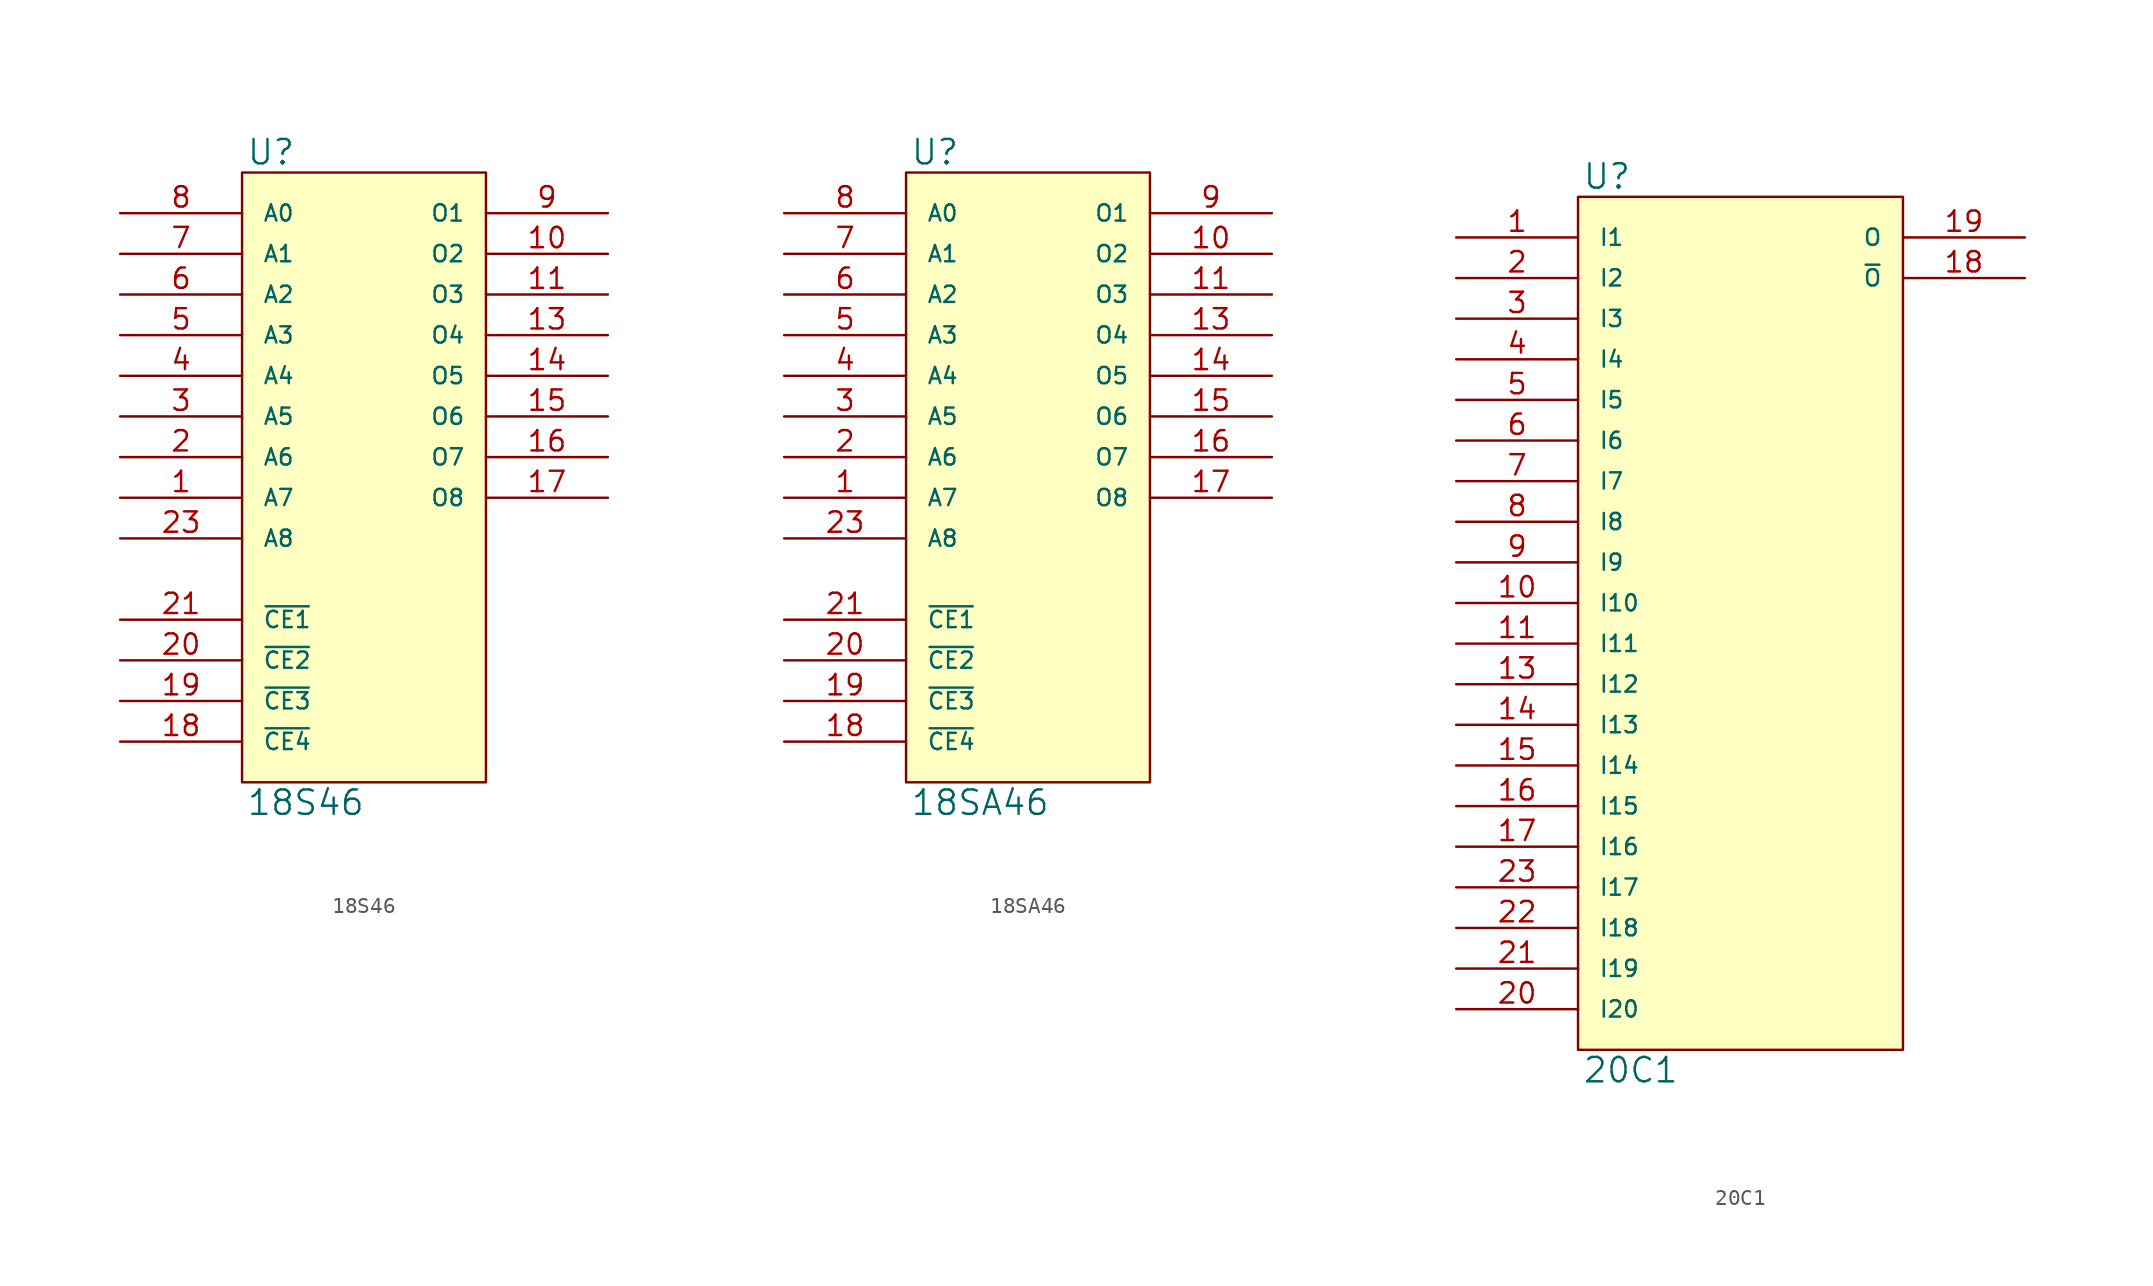
<source format=kicad_sym>
(kicad_symbol_lib
  (version 20231120)
  (generator "kicad_symbol_editor")
  (generator_version "8.0")
  (symbol "18S46"
    (pin_names
      (offset 1.27))
    (property "Reference" "U"
      (at 0.254 0.381 0)
      (effects (font (size 1.524 1.524)) (justify left bottom)))
    (property "Value" "18S46"
      (at 0.254 -38.481 0)
      (effects (font (size 1.524 1.524)) (justify left top)))
    (symbol "18S46_0_1"
      (rectangle (start 0 0) (end 15.24 -38.1) (stroke (width 0) (type solid)) (fill (type background))))
    (symbol "18S46_1_1"
      (pin input line (at -7.62 -20.32 0) (length 7.62) (name "A7" (effects (font (size 1.016 1.016)))) (number "1" (effects (font (size 1.27 1.27)))))
      (pin tri_state line (at 22.86 -5.08 180) (length 7.62) (name "O2" (effects (font (size 1.016 1.016)))) (number "10" (effects (font (size 1.27 1.27)))))
      (pin tri_state line (at 22.86 -7.62 180) (length 7.62) (name "O3" (effects (font (size 1.016 1.016)))) (number "11" (effects (font (size 1.27 1.27)))))
      (pin power_in line (at 0 -38.1 90) (length 0) hide (name "GND" (effects (font (size 1.016 1.016)))) (number "12" (effects (font (size 1.27 1.27)))))
      (pin tri_state line (at 22.86 -10.16 180) (length 7.62) (name "O4" (effects (font (size 1.016 1.016)))) (number "13" (effects (font (size 1.27 1.27)))))
      (pin tri_state line (at 22.86 -12.7 180) (length 7.62) (name "O5" (effects (font (size 1.016 1.016)))) (number "14" (effects (font (size 1.27 1.27)))))
      (pin tri_state line (at 22.86 -15.24 180) (length 7.62) (name "O6" (effects (font (size 1.016 1.016)))) (number "15" (effects (font (size 1.27 1.27)))))
      (pin tri_state line (at 22.86 -17.78 180) (length 7.62) (name "O7" (effects (font (size 1.016 1.016)))) (number "16" (effects (font (size 1.27 1.27)))))
      (pin tri_state line (at 22.86 -20.32 180) (length 7.62) (name "O8" (effects (font (size 1.016 1.016)))) (number "17" (effects (font (size 1.27 1.27)))))
      (pin input line (at -7.62 -35.56 0) (length 7.62) (name "~{CE4}" (effects (font (size 1.016 1.016)))) (number "18" (effects (font (size 1.27 1.27)))))
      (pin input line (at -7.62 -33.02 0) (length 7.62) (name "~{CE3}" (effects (font (size 1.016 1.016)))) (number "19" (effects (font (size 1.27 1.27)))))
      (pin input line (at -7.62 -17.78 0) (length 7.62) (name "A6" (effects (font (size 1.016 1.016)))) (number "2" (effects (font (size 1.27 1.27)))))
      (pin input line (at -7.62 -30.48 0) (length 7.62) (name "~{CE2}" (effects (font (size 1.016 1.016)))) (number "20" (effects (font (size 1.27 1.27)))))
      (pin input line (at -7.62 -27.94 0) (length 7.62) (name "~{CE1}" (effects (font (size 1.016 1.016)))) (number "21" (effects (font (size 1.27 1.27)))))
      (pin input line (at -7.62 -22.86 0) (length 7.62) (name "A8" (effects (font (size 1.016 1.016)))) (number "23" (effects (font (size 1.27 1.27)))))
      (pin power_in line (at 0 0 270) (length 0) hide (name "VCC" (effects (font (size 1.016 1.016)))) (number "24" (effects (font (size 1.27 1.27)))))
      (pin input line (at -7.62 -15.24 0) (length 7.62) (name "A5" (effects (font (size 1.016 1.016)))) (number "3" (effects (font (size 1.27 1.27)))))
      (pin input line (at -7.62 -12.7 0) (length 7.62) (name "A4" (effects (font (size 1.016 1.016)))) (number "4" (effects (font (size 1.27 1.27)))))
      (pin input line (at -7.62 -10.16 0) (length 7.62) (name "A3" (effects (font (size 1.016 1.016)))) (number "5" (effects (font (size 1.27 1.27)))))
      (pin input line (at -7.62 -7.62 0) (length 7.62) (name "A2" (effects (font (size 1.016 1.016)))) (number "6" (effects (font (size 1.27 1.27)))))
      (pin input line (at -7.62 -5.08 0) (length 7.62) (name "A1" (effects (font (size 1.016 1.016)))) (number "7" (effects (font (size 1.27 1.27)))))
      (pin input line (at -7.62 -2.54 0) (length 7.62) (name "A0" (effects (font (size 1.016 1.016)))) (number "8" (effects (font (size 1.27 1.27)))))
      (pin tri_state line (at 22.86 -2.54 180) (length 7.62) (name "O1" (effects (font (size 1.016 1.016)))) (number "9" (effects (font (size 1.27 1.27)))))))
  (symbol "18SA46"
    (pin_names
      (offset 1.27))
    (property "Reference" "U"
      (at 0.254 0.381 0)
      (effects (font (size 1.524 1.524)) (justify left bottom)))
    (property "Value" "18SA46"
      (at 0.254 -38.481 0)
      (effects (font (size 1.524 1.524)) (justify left top)))
    (symbol "18SA46_0_1"
      (rectangle (start 0 0) (end 15.24 -38.1) (stroke (width 0) (type solid)) (fill (type background))))
    (symbol "18SA46_1_1"
      (pin input line (at -7.62 -20.32 0) (length 7.62) (name "A7" (effects (font (size 1.016 1.016)))) (number "1" (effects (font (size 1.27 1.27)))))
      (pin open_collector line (at 22.86 -5.08 180) (length 7.62) (name "O2" (effects (font (size 1.016 1.016)))) (number "10" (effects (font (size 1.27 1.27)))))
      (pin open_collector line (at 22.86 -7.62 180) (length 7.62) (name "O3" (effects (font (size 1.016 1.016)))) (number "11" (effects (font (size 1.27 1.27)))))
      (pin power_in line (at 0 -38.1 90) (length 0) hide (name "GND" (effects (font (size 1.016 1.016)))) (number "12" (effects (font (size 1.27 1.27)))))
      (pin open_collector line (at 22.86 -10.16 180) (length 7.62) (name "O4" (effects (font (size 1.016 1.016)))) (number "13" (effects (font (size 1.27 1.27)))))
      (pin open_collector line (at 22.86 -12.7 180) (length 7.62) (name "O5" (effects (font (size 1.016 1.016)))) (number "14" (effects (font (size 1.27 1.27)))))
      (pin open_collector line (at 22.86 -15.24 180) (length 7.62) (name "O6" (effects (font (size 1.016 1.016)))) (number "15" (effects (font (size 1.27 1.27)))))
      (pin open_collector line (at 22.86 -17.78 180) (length 7.62) (name "O7" (effects (font (size 1.016 1.016)))) (number "16" (effects (font (size 1.27 1.27)))))
      (pin open_collector line (at 22.86 -20.32 180) (length 7.62) (name "O8" (effects (font (size 1.016 1.016)))) (number "17" (effects (font (size 1.27 1.27)))))
      (pin input line (at -7.62 -35.56 0) (length 7.62) (name "~{CE4}" (effects (font (size 1.016 1.016)))) (number "18" (effects (font (size 1.27 1.27)))))
      (pin input line (at -7.62 -33.02 0) (length 7.62) (name "~{CE3}" (effects (font (size 1.016 1.016)))) (number "19" (effects (font (size 1.27 1.27)))))
      (pin input line (at -7.62 -17.78 0) (length 7.62) (name "A6" (effects (font (size 1.016 1.016)))) (number "2" (effects (font (size 1.27 1.27)))))
      (pin input line (at -7.62 -30.48 0) (length 7.62) (name "~{CE2}" (effects (font (size 1.016 1.016)))) (number "20" (effects (font (size 1.27 1.27)))))
      (pin input line (at -7.62 -27.94 0) (length 7.62) (name "~{CE1}" (effects (font (size 1.016 1.016)))) (number "21" (effects (font (size 1.27 1.27)))))
      (pin input line (at -7.62 -22.86 0) (length 7.62) (name "A8" (effects (font (size 1.016 1.016)))) (number "23" (effects (font (size 1.27 1.27)))))
      (pin power_in line (at 0 0 270) (length 0) hide (name "VCC" (effects (font (size 1.016 1.016)))) (number "24" (effects (font (size 1.27 1.27)))))
      (pin input line (at -7.62 -15.24 0) (length 7.62) (name "A5" (effects (font (size 1.016 1.016)))) (number "3" (effects (font (size 1.27 1.27)))))
      (pin input line (at -7.62 -12.7 0) (length 7.62) (name "A4" (effects (font (size 1.016 1.016)))) (number "4" (effects (font (size 1.27 1.27)))))
      (pin input line (at -7.62 -10.16 0) (length 7.62) (name "A3" (effects (font (size 1.016 1.016)))) (number "5" (effects (font (size 1.27 1.27)))))
      (pin input line (at -7.62 -7.62 0) (length 7.62) (name "A2" (effects (font (size 1.016 1.016)))) (number "6" (effects (font (size 1.27 1.27)))))
      (pin input line (at -7.62 -5.08 0) (length 7.62) (name "A1" (effects (font (size 1.016 1.016)))) (number "7" (effects (font (size 1.27 1.27)))))
      (pin input line (at -7.62 -2.54 0) (length 7.62) (name "A0" (effects (font (size 1.016 1.016)))) (number "8" (effects (font (size 1.27 1.27)))))
      (pin open_collector line (at 22.86 -2.54 180) (length 7.62) (name "O1" (effects (font (size 1.016 1.016)))) (number "9" (effects (font (size 1.27 1.27)))))))
  (symbol "20C1"
    (pin_names
      (offset 1.27))
    (property "Reference" "U"
      (at 0.254 0.381 0)
      (effects (font (size 1.524 1.524)) (justify left bottom)))
    (property "Value" "20C1"
      (at 0.254 -53.721 0)
      (effects (font (size 1.524 1.524)) (justify left top)))
    (symbol "20C1_0_1"
      (rectangle (start 0 0) (end 20.32 -53.34) (stroke (width 0) (type solid)) (fill (type background))))
    (symbol "20C1_1_1"
      (pin input line (at -7.62 -2.54 0) (length 7.62) (name "I1" (effects (font (size 1.016 1.016)))) (number "1" (effects (font (size 1.27 1.27)))))
      (pin input line (at -7.62 -25.4 0) (length 7.62) (name "I10" (effects (font (size 1.016 1.016)))) (number "10" (effects (font (size 1.27 1.27)))))
      (pin input line (at -7.62 -27.94 0) (length 7.62) (name "I11" (effects (font (size 1.016 1.016)))) (number "11" (effects (font (size 1.27 1.27)))))
      (pin power_in line (at 0 -53.34 90) (length 0) hide (name "GND" (effects (font (size 1.016 1.016)))) (number "12" (effects (font (size 1.27 1.27)))))
      (pin input line (at -7.62 -30.48 0) (length 7.62) (name "I12" (effects (font (size 1.016 1.016)))) (number "13" (effects (font (size 1.27 1.27)))))
      (pin input line (at -7.62 -33.02 0) (length 7.62) (name "I13" (effects (font (size 1.016 1.016)))) (number "14" (effects (font (size 1.27 1.27)))))
      (pin input line (at -7.62 -35.56 0) (length 7.62) (name "I14" (effects (font (size 1.016 1.016)))) (number "15" (effects (font (size 1.27 1.27)))))
      (pin input line (at -7.62 -38.1 0) (length 7.62) (name "I15" (effects (font (size 1.016 1.016)))) (number "16" (effects (font (size 1.27 1.27)))))
      (pin input line (at -7.62 -40.64 0) (length 7.62) (name "I16" (effects (font (size 1.016 1.016)))) (number "17" (effects (font (size 1.27 1.27)))))
      (pin output line (at 27.94 -5.08 180) (length 7.62) (name "~{O}" (effects (font (size 1.016 1.016)))) (number "18" (effects (font (size 1.27 1.27)))))
      (pin output line (at 27.94 -2.54 180) (length 7.62) (name "O" (effects (font (size 1.016 1.016)))) (number "19" (effects (font (size 1.27 1.27)))))
      (pin input line (at -7.62 -5.08 0) (length 7.62) (name "I2" (effects (font (size 1.016 1.016)))) (number "2" (effects (font (size 1.27 1.27)))))
      (pin input line (at -7.62 -50.8 0) (length 7.62) (name "I20" (effects (font (size 1.016 1.016)))) (number "20" (effects (font (size 1.27 1.27)))))
      (pin input line (at -7.62 -48.26 0) (length 7.62) (name "I19" (effects (font (size 1.016 1.016)))) (number "21" (effects (font (size 1.27 1.27)))))
      (pin input line (at -7.62 -45.72 0) (length 7.62) (name "I18" (effects (font (size 1.016 1.016)))) (number "22" (effects (font (size 1.27 1.27)))))
      (pin input line (at -7.62 -43.18 0) (length 7.62) (name "I17" (effects (font (size 1.016 1.016)))) (number "23" (effects (font (size 1.27 1.27)))))
      (pin power_in line (at 0 0 270) (length 0) hide (name "VCC" (effects (font (size 1.016 1.016)))) (number "24" (effects (font (size 1.27 1.27)))))
      (pin input line (at -7.62 -7.62 0) (length 7.62) (name "I3" (effects (font (size 1.016 1.016)))) (number "3" (effects (font (size 1.27 1.27)))))
      (pin input line (at -7.62 -10.16 0) (length 7.62) (name "I4" (effects (font (size 1.016 1.016)))) (number "4" (effects (font (size 1.27 1.27)))))
      (pin input line (at -7.62 -12.7 0) (length 7.62) (name "I5" (effects (font (size 1.016 1.016)))) (number "5" (effects (font (size 1.27 1.27)))))
      (pin input line (at -7.62 -15.24 0) (length 7.62) (name "I6" (effects (font (size 1.016 1.016)))) (number "6" (effects (font (size 1.27 1.27)))))
      (pin input line (at -7.62 -17.78 0) (length 7.62) (name "I7" (effects (font (size 1.016 1.016)))) (number "7" (effects (font (size 1.27 1.27)))))
      (pin input line (at -7.62 -20.32 0) (length 7.62) (name "I8" (effects (font (size 1.016 1.016)))) (number "8" (effects (font (size 1.27 1.27)))))
      (pin input line (at -7.62 -22.86 0) (length 7.62) (name "I9" (effects (font (size 1.016 1.016)))) (number "9" (effects (font (size 1.27 1.27))))))))
</source>
